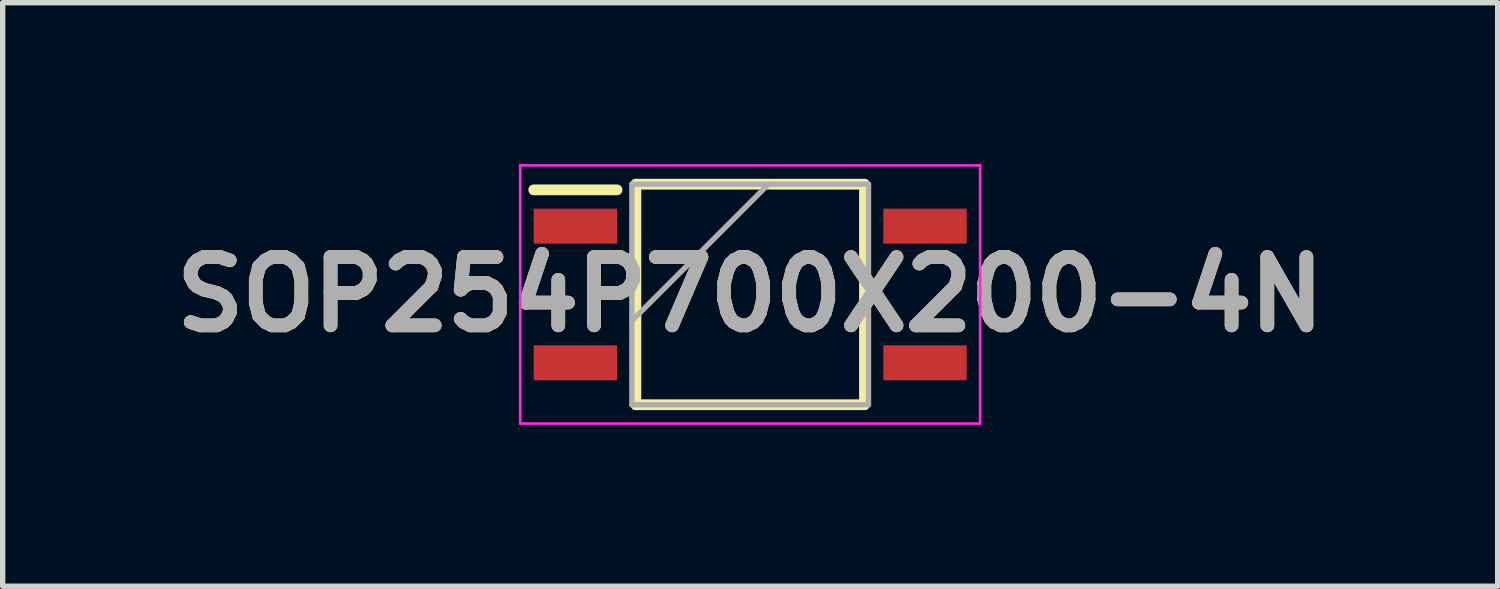
<source format=kicad_pcb>
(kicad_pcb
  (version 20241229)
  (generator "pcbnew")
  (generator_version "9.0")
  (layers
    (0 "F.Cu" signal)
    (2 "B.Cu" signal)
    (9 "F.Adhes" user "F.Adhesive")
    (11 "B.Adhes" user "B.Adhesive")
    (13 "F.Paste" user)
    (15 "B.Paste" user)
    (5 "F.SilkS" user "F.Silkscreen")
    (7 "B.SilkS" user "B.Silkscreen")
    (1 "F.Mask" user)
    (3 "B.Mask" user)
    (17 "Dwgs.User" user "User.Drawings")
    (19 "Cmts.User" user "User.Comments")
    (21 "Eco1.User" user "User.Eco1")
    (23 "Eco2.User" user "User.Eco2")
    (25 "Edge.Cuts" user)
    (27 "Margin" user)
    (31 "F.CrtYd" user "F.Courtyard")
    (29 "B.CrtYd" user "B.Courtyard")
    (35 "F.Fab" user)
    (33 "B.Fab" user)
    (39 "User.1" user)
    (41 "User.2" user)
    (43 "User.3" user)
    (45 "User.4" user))
  (footprint "SOP254P700X200-4N"
    (layer "F.Cu")
    (at 10.898 2.425)
    (property "Reference" "SOP254P700X200-4N" (at 0 0 0) (layer "F.SilkS") (effects (font (size 1.27 1.27) (thickness 0.254))))
    (attr smd)
    (fp_line (start -4.025 -1.945) (end -2.475 -1.945) (stroke (width 0.2) (type solid)) (layer "F.SilkS"))
    (fp_line (start -2.125 -2.05) (end 2.125 -2.05) (stroke (width 0.2) (type solid)) (layer "F.SilkS"))
    (fp_line (start -2.125 2.05) (end -2.125 -2.05) (stroke (width 0.2) (type solid)) (layer "F.SilkS"))
    (fp_line (start 2.125 -2.05) (end 2.125 2.05) (stroke (width 0.2) (type solid)) (layer "F.SilkS"))
    (fp_line (start 2.125 2.05) (end -2.125 2.05) (stroke (width 0.2) (type solid)) (layer "F.SilkS"))
    (fp_line (start -4.275 -2.4) (end 4.275 -2.4) (stroke (width 0.05) (type solid)) (layer "F.CrtYd"))
    (fp_line (start -4.275 2.4) (end -4.275 -2.4) (stroke (width 0.05) (type solid)) (layer "F.CrtYd"))
    (fp_line (start 4.275 -2.4) (end 4.275 2.4) (stroke (width 0.05) (type solid)) (layer "F.CrtYd"))
    (fp_line (start 4.275 2.4) (end -4.275 2.4) (stroke (width 0.05) (type solid)) (layer "F.CrtYd"))
    (fp_line (start -2.2 -2.05) (end 2.2 -2.05) (stroke (width 0.1) (type solid)) (layer "F.Fab"))
    (fp_line (start -2.2 0.49) (end 0.34 -2.05) (stroke (width 0.1) (type solid)) (layer "F.Fab"))
    (fp_line (start -2.2 2.05) (end -2.2 -2.05) (stroke (width 0.1) (type solid)) (layer "F.Fab"))
    (fp_line (start 2.2 -2.05) (end 2.2 2.05) (stroke (width 0.1) (type solid)) (layer "F.Fab"))
    (fp_line (start 2.2 2.05) (end -2.2 2.05) (stroke (width 0.1) (type solid)) (layer "F.Fab"))
    (fp_text user "${REFERENCE}" (at 0 0 0) (layer "F.Fab") (effects (font (size 1.27 1.27) (thickness 0.254))))
    (pad "1" smd rect (at -3.25 -1.27 90) (size 0.65 1.55) (layers "F.Cu" "F.Mask" "F.Paste"))
    (pad "2" smd rect (at -3.25 1.27 90) (size 0.65 1.55) (layers "F.Cu" "F.Mask" "F.Paste"))
    (pad "3" smd rect (at 3.25 1.27 90) (size 0.65 1.55) (layers "F.Cu" "F.Mask" "F.Paste"))
    (pad "4" smd rect (at 3.25 -1.27 90) (size 0.65 1.55) (layers "F.Cu" "F.Mask" "F.Paste")))
  (gr_rect
    (start -3 -3)
    (end 24.796 7.85)
    (stroke (width 0.1) (type default))
    (fill no)
    (layer "Edge.Cuts")))
</source>
